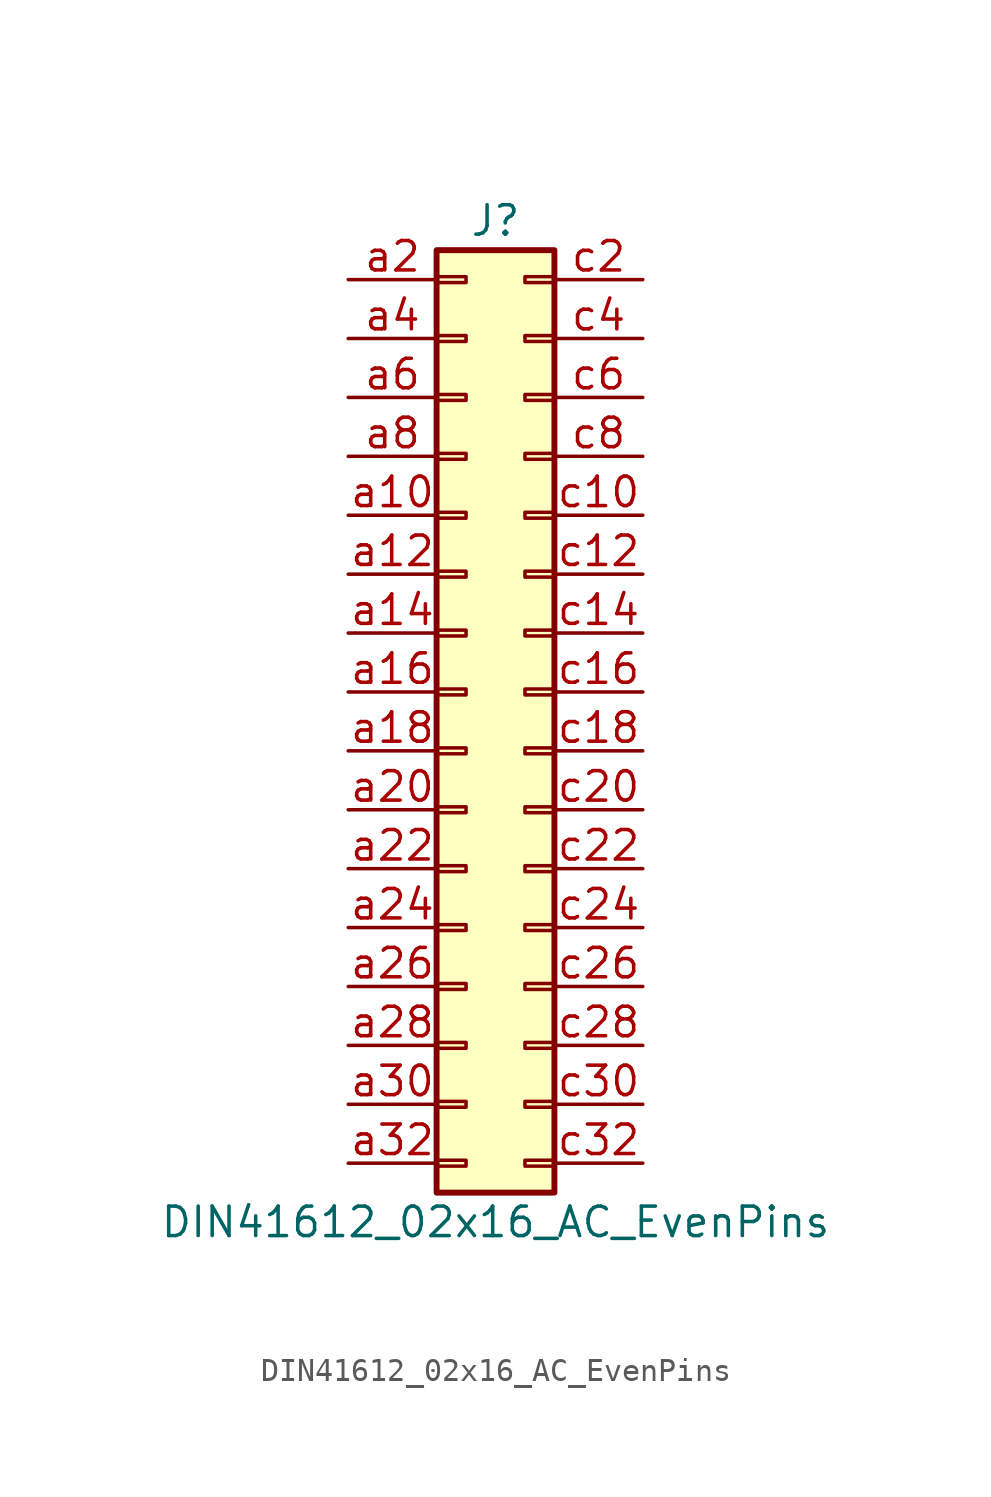
<source format=kicad_sym>
(kicad_symbol_lib
  (version 20211014)
  (generator kicad_symbol_editor)
  (symbol "DIN41612_02x16_AC_EvenPins"
    (pin_names
      (offset 1.016) hide)
    (property "Reference" "J"
      (at 1.27 20.32 0)
      (effects (font (size 1.27 1.27))))
    (property "Value" "DIN41612_02x16_AC_EvenPins"
      (at 1.27 -22.86 0)
      (effects (font (size 1.27 1.27))))
    (symbol "DIN41612_02x16_AC_EvenPins_1_1"
      (rectangle (start -1.27 -20.193) (end 0 -20.447) (stroke (width 0.152) (type default) (color 0 0 0 0)) (fill (type none)))
      (rectangle (start -1.27 -17.653) (end 0 -17.907) (stroke (width 0.152) (type default) (color 0 0 0 0)) (fill (type none)))
      (rectangle (start -1.27 -15.113) (end 0 -15.367) (stroke (width 0.152) (type default) (color 0 0 0 0)) (fill (type none)))
      (rectangle (start -1.27 -12.573) (end 0 -12.827) (stroke (width 0.152) (type default) (color 0 0 0 0)) (fill (type none)))
      (rectangle (start -1.27 -10.033) (end 0 -10.287) (stroke (width 0.152) (type default) (color 0 0 0 0)) (fill (type none)))
      (rectangle (start -1.27 -7.493) (end 0 -7.747) (stroke (width 0.152) (type default) (color 0 0 0 0)) (fill (type none)))
      (rectangle (start -1.27 -4.953) (end 0 -5.207) (stroke (width 0.152) (type default) (color 0 0 0 0)) (fill (type none)))
      (rectangle (start -1.27 -2.413) (end 0 -2.667) (stroke (width 0.152) (type default) (color 0 0 0 0)) (fill (type none)))
      (rectangle (start -1.27 0.127) (end 0 -0.127) (stroke (width 0.152) (type default) (color 0 0 0 0)) (fill (type none)))
      (rectangle (start -1.27 2.667) (end 0 2.413) (stroke (width 0.152) (type default) (color 0 0 0 0)) (fill (type none)))
      (rectangle (start -1.27 5.207) (end 0 4.953) (stroke (width 0.152) (type default) (color 0 0 0 0)) (fill (type none)))
      (rectangle (start -1.27 7.747) (end 0 7.493) (stroke (width 0.152) (type default) (color 0 0 0 0)) (fill (type none)))
      (rectangle (start -1.27 10.287) (end 0 10.033) (stroke (width 0.152) (type default) (color 0 0 0 0)) (fill (type none)))
      (rectangle (start -1.27 12.827) (end 0 12.573) (stroke (width 0.152) (type default) (color 0 0 0 0)) (fill (type none)))
      (rectangle (start -1.27 15.367) (end 0 15.113) (stroke (width 0.152) (type default) (color 0 0 0 0)) (fill (type none)))
      (rectangle (start -1.27 17.907) (end 0 17.653) (stroke (width 0.152) (type default) (color 0 0 0 0)) (fill (type none)))
      (rectangle (start -1.27 19.05) (end 3.81 -21.59) (stroke (width 0.254) (type default) (color 0 0 0 0)) (fill (type background)))
      (rectangle (start 3.81 -20.193) (end 2.54 -20.447) (stroke (width 0.152) (type default) (color 0 0 0 0)) (fill (type none)))
      (rectangle (start 3.81 -17.653) (end 2.54 -17.907) (stroke (width 0.152) (type default) (color 0 0 0 0)) (fill (type none)))
      (rectangle (start 3.81 -15.113) (end 2.54 -15.367) (stroke (width 0.152) (type default) (color 0 0 0 0)) (fill (type none)))
      (rectangle (start 3.81 -12.573) (end 2.54 -12.827) (stroke (width 0.152) (type default) (color 0 0 0 0)) (fill (type none)))
      (rectangle (start 3.81 -10.033) (end 2.54 -10.287) (stroke (width 0.152) (type default) (color 0 0 0 0)) (fill (type none)))
      (rectangle (start 3.81 -7.493) (end 2.54 -7.747) (stroke (width 0.152) (type default) (color 0 0 0 0)) (fill (type none)))
      (rectangle (start 3.81 -4.953) (end 2.54 -5.207) (stroke (width 0.152) (type default) (color 0 0 0 0)) (fill (type none)))
      (rectangle (start 3.81 -2.413) (end 2.54 -2.667) (stroke (width 0.152) (type default) (color 0 0 0 0)) (fill (type none)))
      (rectangle (start 3.81 0.127) (end 2.54 -0.127) (stroke (width 0.152) (type default) (color 0 0 0 0)) (fill (type none)))
      (rectangle (start 3.81 2.667) (end 2.54 2.413) (stroke (width 0.152) (type default) (color 0 0 0 0)) (fill (type none)))
      (rectangle (start 3.81 5.207) (end 2.54 4.953) (stroke (width 0.152) (type default) (color 0 0 0 0)) (fill (type none)))
      (rectangle (start 3.81 7.747) (end 2.54 7.493) (stroke (width 0.152) (type default) (color 0 0 0 0)) (fill (type none)))
      (rectangle (start 3.81 10.287) (end 2.54 10.033) (stroke (width 0.152) (type default) (color 0 0 0 0)) (fill (type none)))
      (rectangle (start 3.81 12.827) (end 2.54 12.573) (stroke (width 0.152) (type default) (color 0 0 0 0)) (fill (type none)))
      (rectangle (start 3.81 15.367) (end 2.54 15.113) (stroke (width 0.152) (type default) (color 0 0 0 0)) (fill (type none)))
      (rectangle (start 3.81 17.907) (end 2.54 17.653) (stroke (width 0.152) (type default) (color 0 0 0 0)) (fill (type none)))
      (pin passive line (at -5.08 7.62 0) (length 3.81) (name "Pin_a10" (effects (font (size 1.27 1.27)))) (number "a10" (effects (font (size 1.27 1.27)))))
      (pin passive line (at -5.08 5.08 0) (length 3.81) (name "Pin_a12" (effects (font (size 1.27 1.27)))) (number "a12" (effects (font (size 1.27 1.27)))))
      (pin passive line (at -5.08 2.54 0) (length 3.81) (name "Pin_a14" (effects (font (size 1.27 1.27)))) (number "a14" (effects (font (size 1.27 1.27)))))
      (pin passive line (at -5.08 0 0) (length 3.81) (name "Pin_a16" (effects (font (size 1.27 1.27)))) (number "a16" (effects (font (size 1.27 1.27)))))
      (pin passive line (at -5.08 -2.54 0) (length 3.81) (name "Pin_a18" (effects (font (size 1.27 1.27)))) (number "a18" (effects (font (size 1.27 1.27)))))
      (pin passive line (at -5.08 17.78 0) (length 3.81) (name "Pin_a2" (effects (font (size 1.27 1.27)))) (number "a2" (effects (font (size 1.27 1.27)))))
      (pin passive line (at -5.08 -5.08 0) (length 3.81) (name "Pin_a20" (effects (font (size 1.27 1.27)))) (number "a20" (effects (font (size 1.27 1.27)))))
      (pin passive line (at -5.08 -7.62 0) (length 3.81) (name "Pin_a22" (effects (font (size 1.27 1.27)))) (number "a22" (effects (font (size 1.27 1.27)))))
      (pin passive line (at -5.08 -10.16 0) (length 3.81) (name "Pin_a24" (effects (font (size 1.27 1.27)))) (number "a24" (effects (font (size 1.27 1.27)))))
      (pin passive line (at -5.08 -12.7 0) (length 3.81) (name "Pin_a26" (effects (font (size 1.27 1.27)))) (number "a26" (effects (font (size 1.27 1.27)))))
      (pin passive line (at -5.08 -15.24 0) (length 3.81) (name "Pin_a28" (effects (font (size 1.27 1.27)))) (number "a28" (effects (font (size 1.27 1.27)))))
      (pin passive line (at -5.08 -17.78 0) (length 3.81) (name "Pin_a30" (effects (font (size 1.27 1.27)))) (number "a30" (effects (font (size 1.27 1.27)))))
      (pin passive line (at -5.08 -20.32 0) (length 3.81) (name "Pin_a32" (effects (font (size 1.27 1.27)))) (number "a32" (effects (font (size 1.27 1.27)))))
      (pin passive line (at -5.08 15.24 0) (length 3.81) (name "Pin_a4" (effects (font (size 1.27 1.27)))) (number "a4" (effects (font (size 1.27 1.27)))))
      (pin passive line (at -5.08 12.7 0) (length 3.81) (name "Pin_a6" (effects (font (size 1.27 1.27)))) (number "a6" (effects (font (size 1.27 1.27)))))
      (pin passive line (at -5.08 10.16 0) (length 3.81) (name "Pin_a8" (effects (font (size 1.27 1.27)))) (number "a8" (effects (font (size 1.27 1.27)))))
      (pin passive line (at 7.62 7.62 180) (length 3.81) (name "Pin_c10" (effects (font (size 1.27 1.27)))) (number "c10" (effects (font (size 1.27 1.27)))))
      (pin passive line (at 7.62 5.08 180) (length 3.81) (name "Pin_c12" (effects (font (size 1.27 1.27)))) (number "c12" (effects (font (size 1.27 1.27)))))
      (pin passive line (at 7.62 2.54 180) (length 3.81) (name "Pin_c14" (effects (font (size 1.27 1.27)))) (number "c14" (effects (font (size 1.27 1.27)))))
      (pin passive line (at 7.62 0 180) (length 3.81) (name "Pin_c16" (effects (font (size 1.27 1.27)))) (number "c16" (effects (font (size 1.27 1.27)))))
      (pin passive line (at 7.62 -2.54 180) (length 3.81) (name "Pin_c18" (effects (font (size 1.27 1.27)))) (number "c18" (effects (font (size 1.27 1.27)))))
      (pin passive line (at 7.62 17.78 180) (length 3.81) (name "Pin_c2" (effects (font (size 1.27 1.27)))) (number "c2" (effects (font (size 1.27 1.27)))))
      (pin passive line (at 7.62 -5.08 180) (length 3.81) (name "Pin_c20" (effects (font (size 1.27 1.27)))) (number "c20" (effects (font (size 1.27 1.27)))))
      (pin passive line (at 7.62 -7.62 180) (length 3.81) (name "Pin_c22" (effects (font (size 1.27 1.27)))) (number "c22" (effects (font (size 1.27 1.27)))))
      (pin passive line (at 7.62 -10.16 180) (length 3.81) (name "Pin_c24" (effects (font (size 1.27 1.27)))) (number "c24" (effects (font (size 1.27 1.27)))))
      (pin passive line (at 7.62 -12.7 180) (length 3.81) (name "Pin_c26" (effects (font (size 1.27 1.27)))) (number "c26" (effects (font (size 1.27 1.27)))))
      (pin passive line (at 7.62 -15.24 180) (length 3.81) (name "Pin_c28" (effects (font (size 1.27 1.27)))) (number "c28" (effects (font (size 1.27 1.27)))))
      (pin passive line (at 7.62 -17.78 180) (length 3.81) (name "Pin_c30" (effects (font (size 1.27 1.27)))) (number "c30" (effects (font (size 1.27 1.27)))))
      (pin passive line (at 7.62 -20.32 180) (length 3.81) (name "Pin_c32" (effects (font (size 1.27 1.27)))) (number "c32" (effects (font (size 1.27 1.27)))))
      (pin passive line (at 7.62 15.24 180) (length 3.81) (name "Pin_c4" (effects (font (size 1.27 1.27)))) (number "c4" (effects (font (size 1.27 1.27)))))
      (pin passive line (at 7.62 12.7 180) (length 3.81) (name "Pin_c6" (effects (font (size 1.27 1.27)))) (number "c6" (effects (font (size 1.27 1.27)))))
      (pin passive line (at 7.62 10.16 180) (length 3.81) (name "Pin_c8" (effects (font (size 1.27 1.27)))) (number "c8" (effects (font (size 1.27 1.27))))))))
</source>
